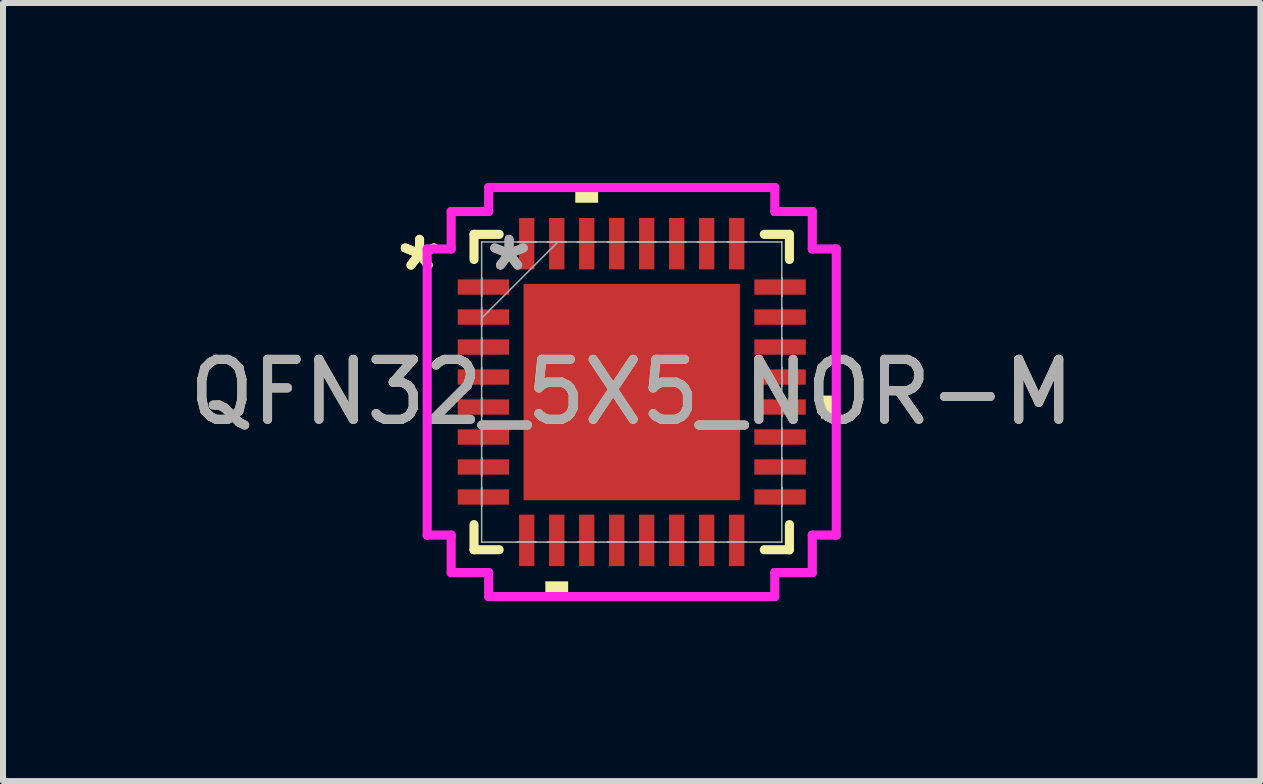
<source format=kicad_pcb>
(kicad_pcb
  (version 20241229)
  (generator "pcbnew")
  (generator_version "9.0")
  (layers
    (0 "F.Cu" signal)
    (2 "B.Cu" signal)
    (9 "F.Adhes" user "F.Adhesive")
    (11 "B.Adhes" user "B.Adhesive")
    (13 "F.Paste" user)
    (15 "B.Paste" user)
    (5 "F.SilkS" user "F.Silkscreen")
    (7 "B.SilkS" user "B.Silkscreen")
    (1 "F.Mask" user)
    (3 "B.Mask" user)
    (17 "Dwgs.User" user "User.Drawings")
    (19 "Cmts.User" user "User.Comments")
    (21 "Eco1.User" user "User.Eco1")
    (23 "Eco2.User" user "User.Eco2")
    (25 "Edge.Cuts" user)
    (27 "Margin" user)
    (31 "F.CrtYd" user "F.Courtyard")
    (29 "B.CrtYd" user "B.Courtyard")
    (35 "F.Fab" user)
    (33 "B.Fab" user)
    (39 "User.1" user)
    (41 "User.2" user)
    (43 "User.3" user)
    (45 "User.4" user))
  (footprint "QFN32_5X5_NOR-M"
    (layer "F.Cu")
    (at 7.482 3.486)
    (property "Reference" "QFN32_5X5_NOR-M" (at 0 0 0) (unlocked yes) (layer "F.SilkS") (effects (font (size 1 1) (thickness 0.15))))
    (attr smd)
    (fp_line (start -2.629 -2.629) (end -2.629 -2.21) (stroke (width 0.152) (type solid)) (layer "F.SilkS"))
    (fp_line (start -2.629 2.21) (end -2.629 2.629) (stroke (width 0.152) (type solid)) (layer "F.SilkS"))
    (fp_line (start -2.629 2.629) (end -2.21 2.629) (stroke (width 0.152) (type solid)) (layer "F.SilkS"))
    (fp_line (start -2.21 -2.629) (end -2.629 -2.629) (stroke (width 0.152) (type solid)) (layer "F.SilkS"))
    (fp_line (start 2.21 2.629) (end 2.629 2.629) (stroke (width 0.152) (type solid)) (layer "F.SilkS"))
    (fp_line (start 2.629 -2.629) (end 2.21 -2.629) (stroke (width 0.152) (type solid)) (layer "F.SilkS"))
    (fp_line (start 2.629 -2.21) (end 2.629 -2.629) (stroke (width 0.152) (type solid)) (layer "F.SilkS"))
    (fp_line (start 2.629 2.629) (end 2.629 2.21) (stroke (width 0.152) (type solid)) (layer "F.SilkS"))
    (fp_poly (pts (xy -1.44 3.156) (xy -1.44 3.41) (xy -1.06 3.41) (xy -1.06 3.156)) (stroke (width 0) (type solid)) (fill yes) (layer "F.SilkS"))
    (fp_poly (pts (xy -0.941 -3.156) (xy -0.941 -3.41) (xy -0.56 -3.41) (xy -0.56 -3.156)) (stroke (width 0) (type solid)) (fill yes) (layer "F.SilkS"))
    (fp_poly (pts (xy 3.41 0.059) (xy 3.41 0.441) (xy 3.156 0.441) (xy 3.156 0.059)) (stroke (width 0) (type solid)) (fill yes) (layer "F.SilkS"))
    (fp_poly (pts (xy -1.703 -1.703) (xy -1.703 -0.1) (xy -0.1 -0.1) (xy -0.1 -1.703)) (stroke (width 0) (type solid)) (fill yes) (layer "F.Paste"))
    (fp_poly (pts (xy -1.703 0.1) (xy -1.703 1.703) (xy -0.1 1.703) (xy -0.1 0.1)) (stroke (width 0) (type solid)) (fill yes) (layer "F.Paste"))
    (fp_poly (pts (xy 0.1 -1.703) (xy 0.1 -0.1) (xy 1.703 -0.1) (xy 1.703 -1.703)) (stroke (width 0) (type solid)) (fill yes) (layer "F.Paste"))
    (fp_poly (pts (xy 0.1 0.1) (xy 0.1 1.703) (xy 1.703 1.703) (xy 1.703 0.1)) (stroke (width 0) (type solid)) (fill yes) (layer "F.Paste"))
    (fp_line (start -3.41 -2.385) (end -3.01 -2.385) (stroke (width 0.152) (type solid)) (layer "F.CrtYd"))
    (fp_line (start -3.41 2.385) (end -3.41 -2.385) (stroke (width 0.152) (type solid)) (layer "F.CrtYd"))
    (fp_line (start -3.01 -3.01) (end -2.385 -3.01) (stroke (width 0.152) (type solid)) (layer "F.CrtYd"))
    (fp_line (start -3.01 -2.385) (end -3.01 -3.01) (stroke (width 0.152) (type solid)) (layer "F.CrtYd"))
    (fp_line (start -3.01 2.385) (end -3.41 2.385) (stroke (width 0.152) (type solid)) (layer "F.CrtYd"))
    (fp_line (start -3.01 3.01) (end -3.01 2.385) (stroke (width 0.152) (type solid)) (layer "F.CrtYd"))
    (fp_line (start -2.385 -3.41) (end 2.385 -3.41) (stroke (width 0.152) (type solid)) (layer "F.CrtYd"))
    (fp_line (start -2.385 -3.01) (end -2.385 -3.41) (stroke (width 0.152) (type solid)) (layer "F.CrtYd"))
    (fp_line (start -2.385 3.01) (end -3.01 3.01) (stroke (width 0.152) (type solid)) (layer "F.CrtYd"))
    (fp_line (start -2.385 3.41) (end -2.385 3.01) (stroke (width 0.152) (type solid)) (layer "F.CrtYd"))
    (fp_line (start 2.385 -3.41) (end 2.385 -3.01) (stroke (width 0.152) (type solid)) (layer "F.CrtYd"))
    (fp_line (start 2.385 -3.01) (end 3.01 -3.01) (stroke (width 0.152) (type solid)) (layer "F.CrtYd"))
    (fp_line (start 2.385 3.01) (end 2.385 3.41) (stroke (width 0.152) (type solid)) (layer "F.CrtYd"))
    (fp_line (start 2.385 3.41) (end -2.385 3.41) (stroke (width 0.152) (type solid)) (layer "F.CrtYd"))
    (fp_line (start 3.01 -3.01) (end 3.01 -2.385) (stroke (width 0.152) (type solid)) (layer "F.CrtYd"))
    (fp_line (start 3.01 -2.385) (end 3.41 -2.385) (stroke (width 0.152) (type solid)) (layer "F.CrtYd"))
    (fp_line (start 3.01 2.385) (end 3.01 3.01) (stroke (width 0.152) (type solid)) (layer "F.CrtYd"))
    (fp_line (start 3.01 3.01) (end 2.385 3.01) (stroke (width 0.152) (type solid)) (layer "F.CrtYd"))
    (fp_line (start 3.41 -2.385) (end 3.41 2.385) (stroke (width 0.152) (type solid)) (layer "F.CrtYd"))
    (fp_line (start 3.41 2.385) (end 3.01 2.385) (stroke (width 0.152) (type solid)) (layer "F.CrtYd"))
    (fp_line (start -2.502 -2.502) (end -2.502 -2.502) (stroke (width 0.025) (type solid)) (layer "F.Fab"))
    (fp_line (start -2.502 -2.502) (end -2.502 2.502) (stroke (width 0.025) (type solid)) (layer "F.Fab"))
    (fp_line (start -2.502 -1.902) (end -2.502 -1.902) (stroke (width 0.025) (type solid)) (layer "F.Fab"))
    (fp_line (start -2.502 -1.902) (end -2.502 -1.598) (stroke (width 0.025) (type solid)) (layer "F.Fab"))
    (fp_line (start -2.502 -1.598) (end -2.502 -1.902) (stroke (width 0.025) (type solid)) (layer "F.Fab"))
    (fp_line (start -2.502 -1.598) (end -2.502 -1.598) (stroke (width 0.025) (type solid)) (layer "F.Fab"))
    (fp_line (start -2.502 -1.402) (end -2.502 -1.402) (stroke (width 0.025) (type solid)) (layer "F.Fab"))
    (fp_line (start -2.502 -1.402) (end -2.502 -1.098) (stroke (width 0.025) (type solid)) (layer "F.Fab"))
    (fp_line (start -2.502 -1.232) (end -1.232 -2.502) (stroke (width 0.025) (type solid)) (layer "F.Fab"))
    (fp_line (start -2.502 -1.098) (end -2.502 -1.402) (stroke (width 0.025) (type solid)) (layer "F.Fab"))
    (fp_line (start -2.502 -1.098) (end -2.502 -1.098) (stroke (width 0.025) (type solid)) (layer "F.Fab"))
    (fp_line (start -2.502 -0.902) (end -2.502 -0.902) (stroke (width 0.025) (type solid)) (layer "F.Fab"))
    (fp_line (start -2.502 -0.902) (end -2.502 -0.598) (stroke (width 0.025) (type solid)) (layer "F.Fab"))
    (fp_line (start -2.502 -0.598) (end -2.502 -0.902) (stroke (width 0.025) (type solid)) (layer "F.Fab"))
    (fp_line (start -2.502 -0.598) (end -2.502 -0.598) (stroke (width 0.025) (type solid)) (layer "F.Fab"))
    (fp_line (start -2.502 -0.402) (end -2.502 -0.402) (stroke (width 0.025) (type solid)) (layer "F.Fab"))
    (fp_line (start -2.502 -0.402) (end -2.502 -0.098) (stroke (width 0.025) (type solid)) (layer "F.Fab"))
    (fp_line (start -2.502 -0.098) (end -2.502 -0.402) (stroke (width 0.025) (type solid)) (layer "F.Fab"))
    (fp_line (start -2.502 -0.098) (end -2.502 -0.098) (stroke (width 0.025) (type solid)) (layer "F.Fab"))
    (fp_line (start -2.502 0.098) (end -2.502 0.098) (stroke (width 0.025) (type solid)) (layer "F.Fab"))
    (fp_line (start -2.502 0.098) (end -2.502 0.402) (stroke (width 0.025) (type solid)) (layer "F.Fab"))
    (fp_line (start -2.502 0.402) (end -2.502 0.098) (stroke (width 0.025) (type solid)) (layer "F.Fab"))
    (fp_line (start -2.502 0.402) (end -2.502 0.402) (stroke (width 0.025) (type solid)) (layer "F.Fab"))
    (fp_line (start -2.502 0.598) (end -2.502 0.598) (stroke (width 0.025) (type solid)) (layer "F.Fab"))
    (fp_line (start -2.502 0.598) (end -2.502 0.902) (stroke (width 0.025) (type solid)) (layer "F.Fab"))
    (fp_line (start -2.502 0.902) (end -2.502 0.598) (stroke (width 0.025) (type solid)) (layer "F.Fab"))
    (fp_line (start -2.502 0.902) (end -2.502 0.902) (stroke (width 0.025) (type solid)) (layer "F.Fab"))
    (fp_line (start -2.502 1.098) (end -2.502 1.098) (stroke (width 0.025) (type solid)) (layer "F.Fab"))
    (fp_line (start -2.502 1.098) (end -2.502 1.402) (stroke (width 0.025) (type solid)) (layer "F.Fab"))
    (fp_line (start -2.502 1.402) (end -2.502 1.098) (stroke (width 0.025) (type solid)) (layer "F.Fab"))
    (fp_line (start -2.502 1.402) (end -2.502 1.402) (stroke (width 0.025) (type solid)) (layer "F.Fab"))
    (fp_line (start -2.502 1.598) (end -2.502 1.598) (stroke (width 0.025) (type solid)) (layer "F.Fab"))
    (fp_line (start -2.502 1.598) (end -2.502 1.902) (stroke (width 0.025) (type solid)) (layer "F.Fab"))
    (fp_line (start -2.502 1.902) (end -2.502 1.598) (stroke (width 0.025) (type solid)) (layer "F.Fab"))
    (fp_line (start -2.502 1.902) (end -2.502 1.902) (stroke (width 0.025) (type solid)) (layer "F.Fab"))
    (fp_line (start -2.502 2.502) (end -2.502 2.502) (stroke (width 0.025) (type solid)) (layer "F.Fab"))
    (fp_line (start -2.502 2.502) (end 2.502 2.502) (stroke (width 0.025) (type solid)) (layer "F.Fab"))
    (fp_line (start -1.902 -2.502) (end -1.902 -2.502) (stroke (width 0.025) (type solid)) (layer "F.Fab"))
    (fp_line (start -1.902 -2.502) (end -1.598 -2.502) (stroke (width 0.025) (type solid)) (layer "F.Fab"))
    (fp_line (start -1.902 2.502) (end -1.902 2.502) (stroke (width 0.025) (type solid)) (layer "F.Fab"))
    (fp_line (start -1.902 2.502) (end -1.598 2.502) (stroke (width 0.025) (type solid)) (layer "F.Fab"))
    (fp_line (start -1.598 -2.502) (end -1.902 -2.502) (stroke (width 0.025) (type solid)) (layer "F.Fab"))
    (fp_line (start -1.598 -2.502) (end -1.598 -2.502) (stroke (width 0.025) (type solid)) (layer "F.Fab"))
    (fp_line (start -1.598 2.502) (end -1.902 2.502) (stroke (width 0.025) (type solid)) (layer "F.Fab"))
    (fp_line (start -1.598 2.502) (end -1.598 2.502) (stroke (width 0.025) (type solid)) (layer "F.Fab"))
    (fp_line (start -1.402 -2.502) (end -1.402 -2.502) (stroke (width 0.025) (type solid)) (layer "F.Fab"))
    (fp_line (start -1.402 -2.502) (end -1.098 -2.502) (stroke (width 0.025) (type solid)) (layer "F.Fab"))
    (fp_line (start -1.402 2.502) (end -1.402 2.502) (stroke (width 0.025) (type solid)) (layer "F.Fab"))
    (fp_line (start -1.402 2.502) (end -1.098 2.502) (stroke (width 0.025) (type solid)) (layer "F.Fab"))
    (fp_line (start -1.098 -2.502) (end -1.402 -2.502) (stroke (width 0.025) (type solid)) (layer "F.Fab"))
    (fp_line (start -1.098 -2.502) (end -1.098 -2.502) (stroke (width 0.025) (type solid)) (layer "F.Fab"))
    (fp_line (start -1.098 2.502) (end -1.402 2.502) (stroke (width 0.025) (type solid)) (layer "F.Fab"))
    (fp_line (start -1.098 2.502) (end -1.098 2.502) (stroke (width 0.025) (type solid)) (layer "F.Fab"))
    (fp_line (start -0.902 -2.502) (end -0.902 -2.502) (stroke (width 0.025) (type solid)) (layer "F.Fab"))
    (fp_line (start -0.902 -2.502) (end -0.598 -2.502) (stroke (width 0.025) (type solid)) (layer "F.Fab"))
    (fp_line (start -0.902 2.502) (end -0.902 2.502) (stroke (width 0.025) (type solid)) (layer "F.Fab"))
    (fp_line (start -0.902 2.502) (end -0.598 2.502) (stroke (width 0.025) (type solid)) (layer "F.Fab"))
    (fp_line (start -0.598 -2.502) (end -0.902 -2.502) (stroke (width 0.025) (type solid)) (layer "F.Fab"))
    (fp_line (start -0.598 -2.502) (end -0.598 -2.502) (stroke (width 0.025) (type solid)) (layer "F.Fab"))
    (fp_line (start -0.598 2.502) (end -0.902 2.502) (stroke (width 0.025) (type solid)) (layer "F.Fab"))
    (fp_line (start -0.598 2.502) (end -0.598 2.502) (stroke (width 0.025) (type solid)) (layer "F.Fab"))
    (fp_line (start -0.402 -2.502) (end -0.402 -2.502) (stroke (width 0.025) (type solid)) (layer "F.Fab"))
    (fp_line (start -0.402 -2.502) (end -0.098 -2.502) (stroke (width 0.025) (type solid)) (layer "F.Fab"))
    (fp_line (start -0.402 2.502) (end -0.402 2.502) (stroke (width 0.025) (type solid)) (layer "F.Fab"))
    (fp_line (start -0.402 2.502) (end -0.098 2.502) (stroke (width 0.025) (type solid)) (layer "F.Fab"))
    (fp_line (start -0.098 -2.502) (end -0.402 -2.502) (stroke (width 0.025) (type solid)) (layer "F.Fab"))
    (fp_line (start -0.098 -2.502) (end -0.098 -2.502) (stroke (width 0.025) (type solid)) (layer "F.Fab"))
    (fp_line (start -0.098 2.502) (end -0.402 2.502) (stroke (width 0.025) (type solid)) (layer "F.Fab"))
    (fp_line (start -0.098 2.502) (end -0.098 2.502) (stroke (width 0.025) (type solid)) (layer "F.Fab"))
    (fp_line (start 0.098 -2.502) (end 0.098 -2.502) (stroke (width 0.025) (type solid)) (layer "F.Fab"))
    (fp_line (start 0.098 -2.502) (end 0.402 -2.502) (stroke (width 0.025) (type solid)) (layer "F.Fab"))
    (fp_line (start 0.098 2.502) (end 0.098 2.502) (stroke (width 0.025) (type solid)) (layer "F.Fab"))
    (fp_line (start 0.098 2.502) (end 0.402 2.502) (stroke (width 0.025) (type solid)) (layer "F.Fab"))
    (fp_line (start 0.402 -2.502) (end 0.098 -2.502) (stroke (width 0.025) (type solid)) (layer "F.Fab"))
    (fp_line (start 0.402 -2.502) (end 0.402 -2.502) (stroke (width 0.025) (type solid)) (layer "F.Fab"))
    (fp_line (start 0.402 2.502) (end 0.098 2.502) (stroke (width 0.025) (type solid)) (layer "F.Fab"))
    (fp_line (start 0.402 2.502) (end 0.402 2.502) (stroke (width 0.025) (type solid)) (layer "F.Fab"))
    (fp_line (start 0.598 -2.502) (end 0.598 -2.502) (stroke (width 0.025) (type solid)) (layer "F.Fab"))
    (fp_line (start 0.598 -2.502) (end 0.902 -2.502) (stroke (width 0.025) (type solid)) (layer "F.Fab"))
    (fp_line (start 0.598 2.502) (end 0.598 2.502) (stroke (width 0.025) (type solid)) (layer "F.Fab"))
    (fp_line (start 0.598 2.502) (end 0.902 2.502) (stroke (width 0.025) (type solid)) (layer "F.Fab"))
    (fp_line (start 0.902 -2.502) (end 0.598 -2.502) (stroke (width 0.025) (type solid)) (layer "F.Fab"))
    (fp_line (start 0.902 -2.502) (end 0.902 -2.502) (stroke (width 0.025) (type solid)) (layer "F.Fab"))
    (fp_line (start 0.902 2.502) (end 0.598 2.502) (stroke (width 0.025) (type solid)) (layer "F.Fab"))
    (fp_line (start 0.902 2.502) (end 0.902 2.502) (stroke (width 0.025) (type solid)) (layer "F.Fab"))
    (fp_line (start 1.098 -2.502) (end 1.098 -2.502) (stroke (width 0.025) (type solid)) (layer "F.Fab"))
    (fp_line (start 1.098 -2.502) (end 1.402 -2.502) (stroke (width 0.025) (type solid)) (layer "F.Fab"))
    (fp_line (start 1.098 2.502) (end 1.098 2.502) (stroke (width 0.025) (type solid)) (layer "F.Fab"))
    (fp_line (start 1.098 2.502) (end 1.402 2.502) (stroke (width 0.025) (type solid)) (layer "F.Fab"))
    (fp_line (start 1.402 -2.502) (end 1.098 -2.502) (stroke (width 0.025) (type solid)) (layer "F.Fab"))
    (fp_line (start 1.402 -2.502) (end 1.402 -2.502) (stroke (width 0.025) (type solid)) (layer "F.Fab"))
    (fp_line (start 1.402 2.502) (end 1.098 2.502) (stroke (width 0.025) (type solid)) (layer "F.Fab"))
    (fp_line (start 1.402 2.502) (end 1.402 2.502) (stroke (width 0.025) (type solid)) (layer "F.Fab"))
    (fp_line (start 1.598 -2.502) (end 1.598 -2.502) (stroke (width 0.025) (type solid)) (layer "F.Fab"))
    (fp_line (start 1.598 -2.502) (end 1.902 -2.502) (stroke (width 0.025) (type solid)) (layer "F.Fab"))
    (fp_line (start 1.598 2.502) (end 1.598 2.502) (stroke (width 0.025) (type solid)) (layer "F.Fab"))
    (fp_line (start 1.598 2.502) (end 1.902 2.502) (stroke (width 0.025) (type solid)) (layer "F.Fab"))
    (fp_line (start 1.902 -2.502) (end 1.598 -2.502) (stroke (width 0.025) (type solid)) (layer "F.Fab"))
    (fp_line (start 1.902 -2.502) (end 1.902 -2.502) (stroke (width 0.025) (type solid)) (layer "F.Fab"))
    (fp_line (start 1.902 2.502) (end 1.598 2.502) (stroke (width 0.025) (type solid)) (layer "F.Fab"))
    (fp_line (start 1.902 2.502) (end 1.902 2.502) (stroke (width 0.025) (type solid)) (layer "F.Fab"))
    (fp_line (start 2.502 -2.502) (end -2.502 -2.502) (stroke (width 0.025) (type solid)) (layer "F.Fab"))
    (fp_line (start 2.502 -2.502) (end 2.502 -2.502) (stroke (width 0.025) (type solid)) (layer "F.Fab"))
    (fp_line (start 2.502 -1.902) (end 2.502 -1.902) (stroke (width 0.025) (type solid)) (layer "F.Fab"))
    (fp_line (start 2.502 -1.902) (end 2.502 -1.598) (stroke (width 0.025) (type solid)) (layer "F.Fab"))
    (fp_line (start 2.502 -1.598) (end 2.502 -1.902) (stroke (width 0.025) (type solid)) (layer "F.Fab"))
    (fp_line (start 2.502 -1.598) (end 2.502 -1.598) (stroke (width 0.025) (type solid)) (layer "F.Fab"))
    (fp_line (start 2.502 -1.402) (end 2.502 -1.402) (stroke (width 0.025) (type solid)) (layer "F.Fab"))
    (fp_line (start 2.502 -1.402) (end 2.502 -1.098) (stroke (width 0.025) (type solid)) (layer "F.Fab"))
    (fp_line (start 2.502 -1.098) (end 2.502 -1.402) (stroke (width 0.025) (type solid)) (layer "F.Fab"))
    (fp_line (start 2.502 -1.098) (end 2.502 -1.098) (stroke (width 0.025) (type solid)) (layer "F.Fab"))
    (fp_line (start 2.502 -0.902) (end 2.502 -0.902) (stroke (width 0.025) (type solid)) (layer "F.Fab"))
    (fp_line (start 2.502 -0.902) (end 2.502 -0.598) (stroke (width 0.025) (type solid)) (layer "F.Fab"))
    (fp_line (start 2.502 -0.598) (end 2.502 -0.902) (stroke (width 0.025) (type solid)) (layer "F.Fab"))
    (fp_line (start 2.502 -0.598) (end 2.502 -0.598) (stroke (width 0.025) (type solid)) (layer "F.Fab"))
    (fp_line (start 2.502 -0.402) (end 2.502 -0.402) (stroke (width 0.025) (type solid)) (layer "F.Fab"))
    (fp_line (start 2.502 -0.402) (end 2.502 -0.098) (stroke (width 0.025) (type solid)) (layer "F.Fab"))
    (fp_line (start 2.502 -0.098) (end 2.502 -0.402) (stroke (width 0.025) (type solid)) (layer "F.Fab"))
    (fp_line (start 2.502 -0.098) (end 2.502 -0.098) (stroke (width 0.025) (type solid)) (layer "F.Fab"))
    (fp_line (start 2.502 0.098) (end 2.502 0.098) (stroke (width 0.025) (type solid)) (layer "F.Fab"))
    (fp_line (start 2.502 0.098) (end 2.502 0.402) (stroke (width 0.025) (type solid)) (layer "F.Fab"))
    (fp_line (start 2.502 0.402) (end 2.502 0.098) (stroke (width 0.025) (type solid)) (layer "F.Fab"))
    (fp_line (start 2.502 0.402) (end 2.502 0.402) (stroke (width 0.025) (type solid)) (layer "F.Fab"))
    (fp_line (start 2.502 0.598) (end 2.502 0.598) (stroke (width 0.025) (type solid)) (layer "F.Fab"))
    (fp_line (start 2.502 0.598) (end 2.502 0.902) (stroke (width 0.025) (type solid)) (layer "F.Fab"))
    (fp_line (start 2.502 0.902) (end 2.502 0.598) (stroke (width 0.025) (type solid)) (layer "F.Fab"))
    (fp_line (start 2.502 0.902) (end 2.502 0.902) (stroke (width 0.025) (type solid)) (layer "F.Fab"))
    (fp_line (start 2.502 1.098) (end 2.502 1.098) (stroke (width 0.025) (type solid)) (layer "F.Fab"))
    (fp_line (start 2.502 1.098) (end 2.502 1.402) (stroke (width 0.025) (type solid)) (layer "F.Fab"))
    (fp_line (start 2.502 1.402) (end 2.502 1.098) (stroke (width 0.025) (type solid)) (layer "F.Fab"))
    (fp_line (start 2.502 1.402) (end 2.502 1.402) (stroke (width 0.025) (type solid)) (layer "F.Fab"))
    (fp_line (start 2.502 1.598) (end 2.502 1.598) (stroke (width 0.025) (type solid)) (layer "F.Fab"))
    (fp_line (start 2.502 1.598) (end 2.502 1.902) (stroke (width 0.025) (type solid)) (layer "F.Fab"))
    (fp_line (start 2.502 1.902) (end 2.502 1.598) (stroke (width 0.025) (type solid)) (layer "F.Fab"))
    (fp_line (start 2.502 1.902) (end 2.502 1.902) (stroke (width 0.025) (type solid)) (layer "F.Fab"))
    (fp_line (start 2.502 2.502) (end 2.502 -2.502) (stroke (width 0.025) (type solid)) (layer "F.Fab"))
    (fp_line (start 2.502 2.502) (end 2.502 2.502) (stroke (width 0.025) (type solid)) (layer "F.Fab"))
    (fp_text user "*" (at -3.537 -2 0) (layer "F.SilkS") (effects (font (size 1 1) (thickness 0.15))))
    (fp_text user "*" (at -3.537 -2 0) (unlocked yes) (layer "F.SilkS") (effects (font (size 1 1) (thickness 0.15))))
    (fp_text user "${REFERENCE}" (at 0 0 0) (unlocked yes) (layer "F.Fab") (effects (font (size 1 1) (thickness 0.15))))
    (fp_text user "*" (at -2.045 -2 0) (layer "F.Fab") (effects (font (size 1 1) (thickness 0.15))))
    (fp_text user "*" (at -2.045 -2 0) (unlocked yes) (layer "F.Fab") (effects (font (size 1 1) (thickness 0.15))))
    (pad "1" smd rect (at -2.473 -1.75 90) (size 0.255 0.857) (layers "F.Cu" "F.Mask" "F.Paste"))
    (pad "2" smd rect (at -2.473 -1.25 90) (size 0.255 0.857) (layers "F.Cu" "F.Mask" "F.Paste"))
    (pad "3" smd rect (at -2.473 -0.75 90) (size 0.255 0.857) (layers "F.Cu" "F.Mask" "F.Paste"))
    (pad "4" smd rect (at -2.473 -0.25 90) (size 0.255 0.857) (layers "F.Cu" "F.Mask" "F.Paste"))
    (pad "5" smd rect (at -2.473 0.25 90) (size 0.255 0.857) (layers "F.Cu" "F.Mask" "F.Paste"))
    (pad "6" smd rect (at -2.473 0.75 90) (size 0.255 0.857) (layers "F.Cu" "F.Mask" "F.Paste"))
    (pad "7" smd rect (at -2.473 1.25 90) (size 0.255 0.857) (layers "F.Cu" "F.Mask" "F.Paste"))
    (pad "8" smd rect (at -2.473 1.75 90) (size 0.255 0.857) (layers "F.Cu" "F.Mask" "F.Paste"))
    (pad "9" smd rect (at -1.75 2.473) (size 0.255 0.857) (layers "F.Cu" "F.Mask" "F.Paste"))
    (pad "10" smd rect (at -1.25 2.473) (size 0.255 0.857) (layers "F.Cu" "F.Mask" "F.Paste"))
    (pad "11" smd rect (at -0.75 2.473) (size 0.255 0.857) (layers "F.Cu" "F.Mask" "F.Paste"))
    (pad "12" smd rect (at -0.25 2.473) (size 0.255 0.857) (layers "F.Cu" "F.Mask" "F.Paste"))
    (pad "13" smd rect (at 0.25 2.473) (size 0.255 0.857) (layers "F.Cu" "F.Mask" "F.Paste"))
    (pad "14" smd rect (at 0.75 2.473) (size 0.255 0.857) (layers "F.Cu" "F.Mask" "F.Paste"))
    (pad "15" smd rect (at 1.25 2.473) (size 0.255 0.857) (layers "F.Cu" "F.Mask" "F.Paste"))
    (pad "16" smd rect (at 1.75 2.473) (size 0.255 0.857) (layers "F.Cu" "F.Mask" "F.Paste"))
    (pad "17" smd rect (at 2.473 1.75 90) (size 0.255 0.857) (layers "F.Cu" "F.Mask" "F.Paste"))
    (pad "18" smd rect (at 2.473 1.25 90) (size 0.255 0.857) (layers "F.Cu" "F.Mask" "F.Paste"))
    (pad "19" smd rect (at 2.473 0.75 90) (size 0.255 0.857) (layers "F.Cu" "F.Mask" "F.Paste"))
    (pad "20" smd rect (at 2.473 0.25 90) (size 0.255 0.857) (layers "F.Cu" "F.Mask" "F.Paste"))
    (pad "21" smd rect (at 2.473 -0.25 90) (size 0.255 0.857) (layers "F.Cu" "F.Mask" "F.Paste"))
    (pad "22" smd rect (at 2.473 -0.75 90) (size 0.255 0.857) (layers "F.Cu" "F.Mask" "F.Paste"))
    (pad "23" smd rect (at 2.473 -1.25 90) (size 0.255 0.857) (layers "F.Cu" "F.Mask" "F.Paste"))
    (pad "24" smd rect (at 2.473 -1.75 90) (size 0.255 0.857) (layers "F.Cu" "F.Mask" "F.Paste"))
    (pad "25" smd rect (at 1.75 -2.473) (size 0.255 0.857) (layers "F.Cu" "F.Mask" "F.Paste"))
    (pad "26" smd rect (at 1.25 -2.473) (size 0.255 0.857) (layers "F.Cu" "F.Mask" "F.Paste"))
    (pad "27" smd rect (at 0.75 -2.473) (size 0.255 0.857) (layers "F.Cu" "F.Mask" "F.Paste"))
    (pad "28" smd rect (at 0.25 -2.473) (size 0.255 0.857) (layers "F.Cu" "F.Mask" "F.Paste"))
    (pad "29" smd rect (at -0.25 -2.473) (size 0.255 0.857) (layers "F.Cu" "F.Mask" "F.Paste"))
    (pad "30" smd rect (at -0.75 -2.473) (size 0.255 0.857) (layers "F.Cu" "F.Mask" "F.Paste"))
    (pad "31" smd rect (at -1.25 -2.473) (size 0.255 0.857) (layers "F.Cu" "F.Mask" "F.Paste"))
    (pad "32" smd rect (at -1.75 -2.473) (size 0.255 0.857) (layers "F.Cu" "F.Mask" "F.Paste"))
    (pad "33" smd rect (at 0 0) (size 3.607 3.607) (layers "F.Cu" "F.Mask" "F.Paste")))
  (gr_rect
    (start -3 -3)
    (end 17.964 9.972)
    (stroke (width 0.1) (type default))
    (fill no)
    (layer "Edge.Cuts")))
</source>
